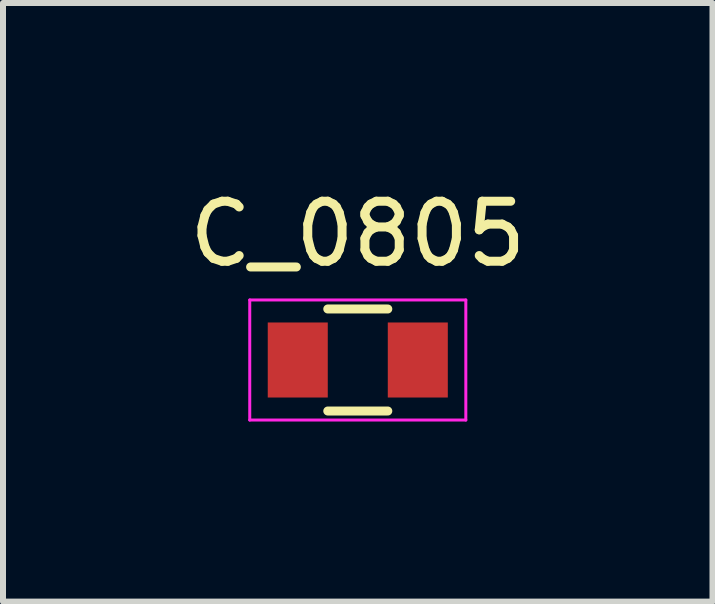
<source format=kicad_pcb>
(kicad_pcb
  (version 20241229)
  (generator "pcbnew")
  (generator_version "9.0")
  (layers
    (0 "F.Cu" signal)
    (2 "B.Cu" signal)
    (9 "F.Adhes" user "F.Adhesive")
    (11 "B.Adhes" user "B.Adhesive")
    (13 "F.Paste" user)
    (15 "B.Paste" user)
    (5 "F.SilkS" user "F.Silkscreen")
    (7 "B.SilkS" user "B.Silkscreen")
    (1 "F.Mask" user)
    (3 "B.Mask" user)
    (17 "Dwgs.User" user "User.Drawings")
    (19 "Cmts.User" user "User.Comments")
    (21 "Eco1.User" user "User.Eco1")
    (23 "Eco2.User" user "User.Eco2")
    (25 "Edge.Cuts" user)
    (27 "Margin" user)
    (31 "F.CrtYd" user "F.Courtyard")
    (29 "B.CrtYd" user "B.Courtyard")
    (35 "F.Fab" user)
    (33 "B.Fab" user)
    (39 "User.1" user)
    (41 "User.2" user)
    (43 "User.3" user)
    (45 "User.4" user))
  (footprint "C_0805"
    (layer "F.Cu")
    (at 2.911 2.948)
    (property "Reference" "C_0805" (at 0 -2.1 0) (layer "F.SilkS") (effects (font (size 1 1) (thickness 0.15))))
    (attr smd)
    (fp_line (start -0.5 0.85) (end 0.5 0.85) (stroke (width 0.15) (type solid)) (layer "F.SilkS"))
    (fp_line (start 0.5 -0.85) (end -0.5 -0.85) (stroke (width 0.15) (type solid)) (layer "F.SilkS"))
    (fp_line (start -1.8 -1) (end -1.8 1) (stroke (width 0.05) (type solid)) (layer "F.CrtYd"))
    (fp_line (start -1.8 -1) (end 1.8 -1) (stroke (width 0.05) (type solid)) (layer "F.CrtYd"))
    (fp_line (start -1.8 1) (end 1.8 1) (stroke (width 0.05) (type solid)) (layer "F.CrtYd"))
    (fp_line (start 1.8 -1) (end 1.8 1) (stroke (width 0.05) (type solid)) (layer "F.CrtYd"))
    (pad "1" smd rect (at -1 0) (size 1 1.25) (layers "F.Cu" "F.Mask" "F.Paste"))
    (pad "2" smd rect (at 1 0) (size 1 1.25) (layers "F.Cu" "F.Mask" "F.Paste")))
  (gr_rect
    (start -3 -3)
    (end 8.821 6.973)
    (stroke (width 0.1) (type default))
    (fill no)
    (layer "Edge.Cuts")))
</source>
